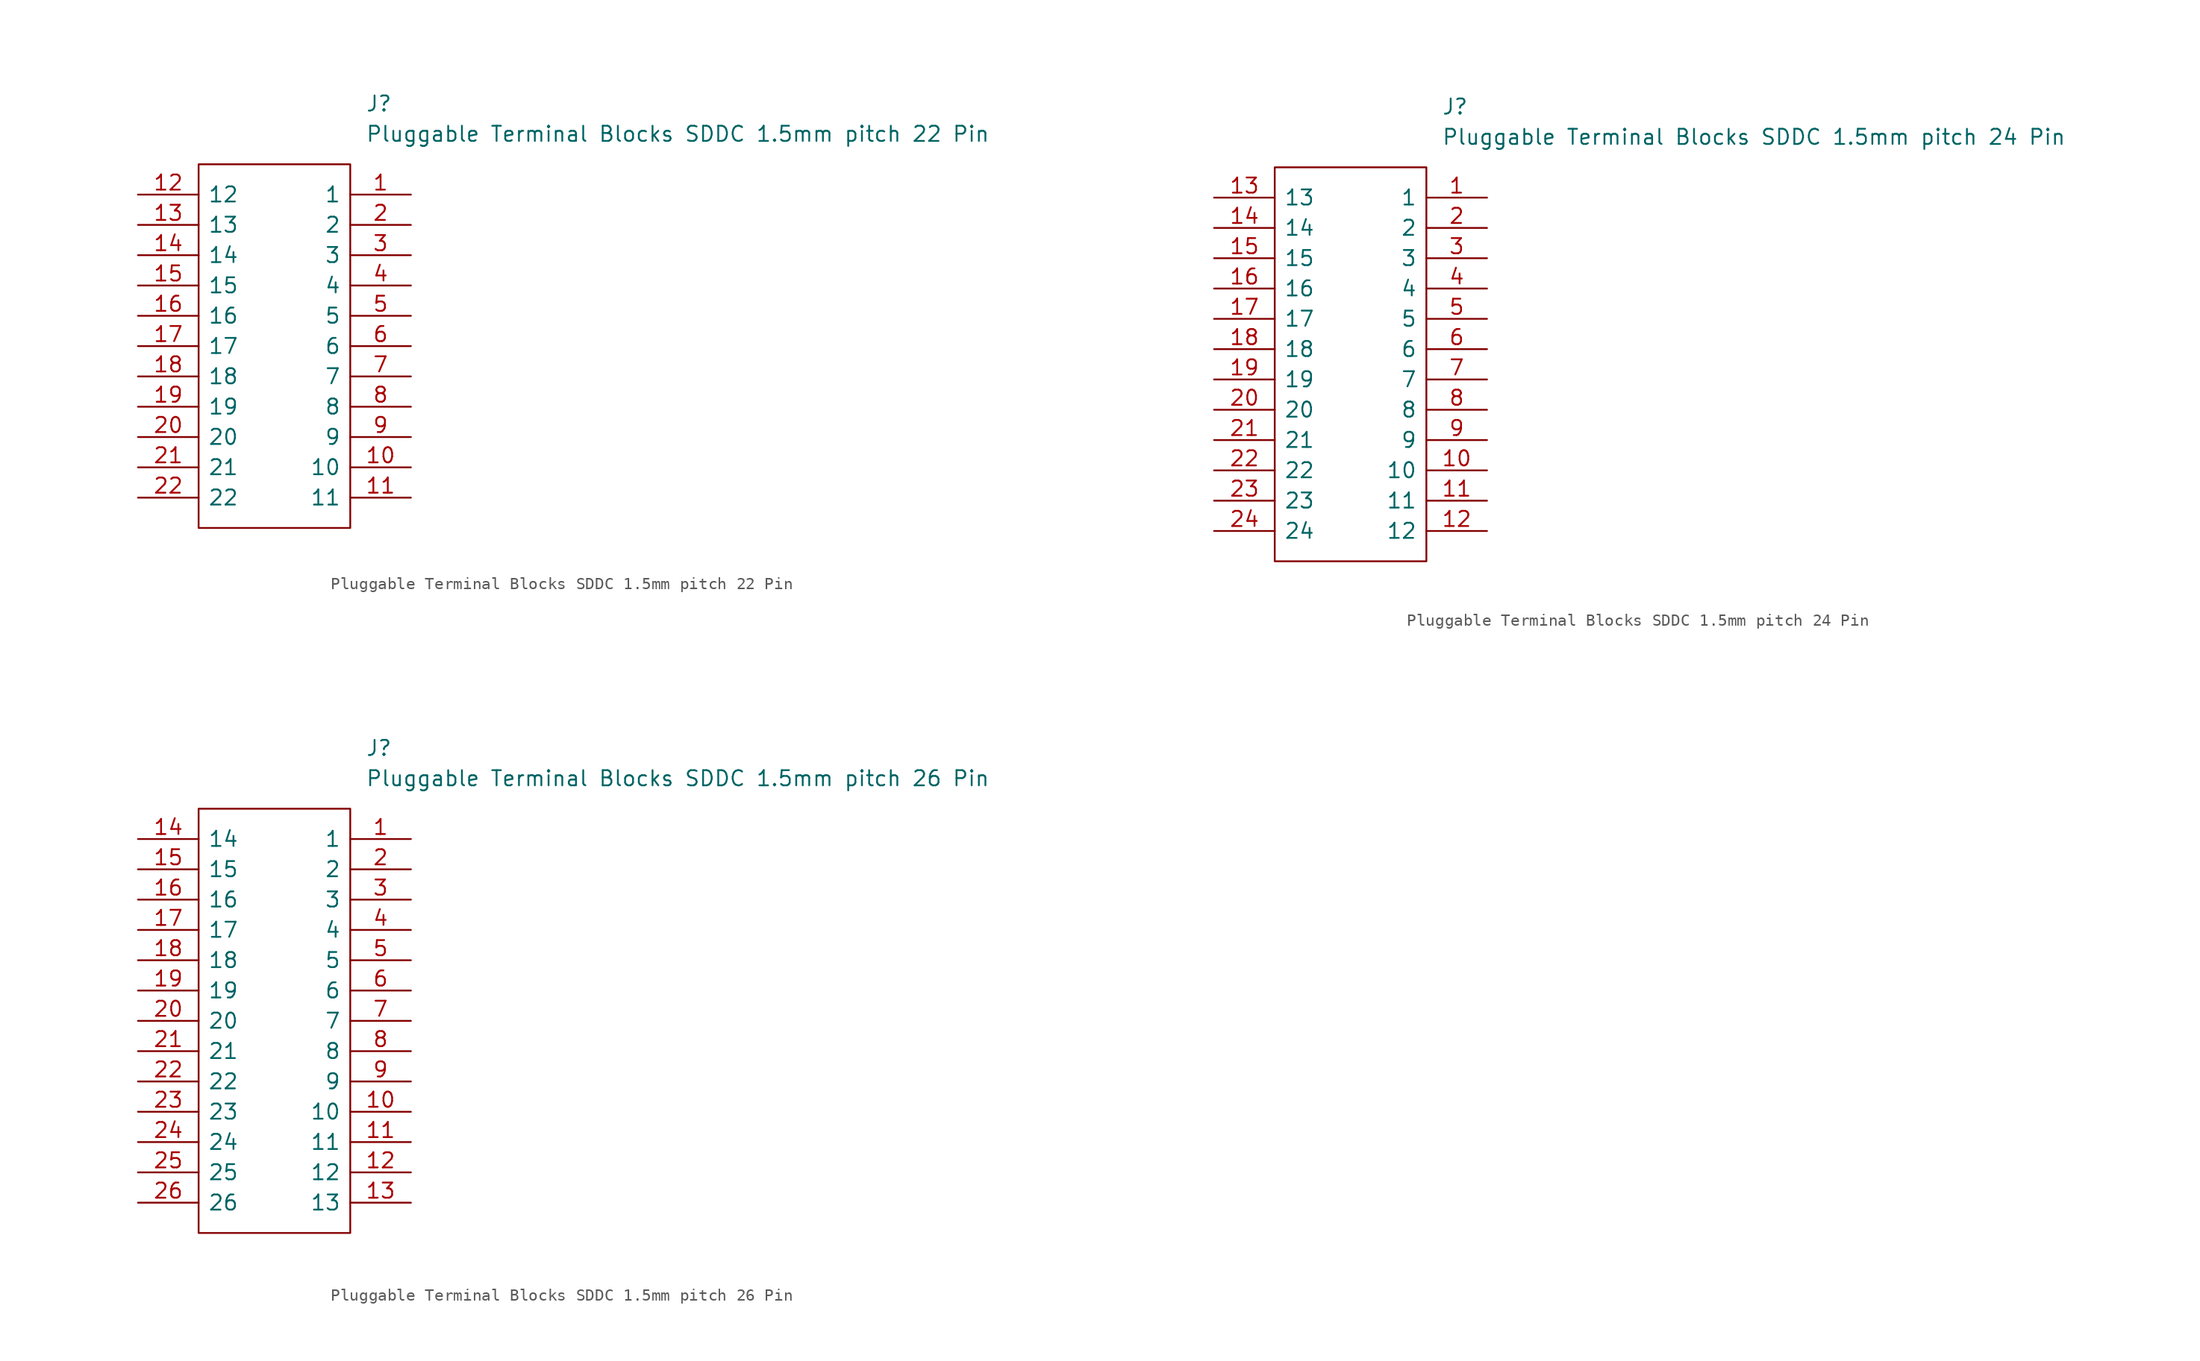
<source format=kicad_sym>
(kicad_symbol_lib
  (version 20211014)
  (generator kicad_symbol_editor)
  (symbol "Pluggable Terminal Blocks SDDC 1.5mm pitch 22 Pin"
    (pin_names
      (offset 0.762))
    (property "Reference" "J"
      (at 19.05 7.62 0)
      (effects (font (size 1.27 1.27)) (justify left)))
    (property "Value" "Pluggable Terminal Blocks SDDC 1.5mm pitch 22 Pin"
      (at 19.05 5.08 0)
      (effects (font (size 1.27 1.27)) (justify left)))
    (symbol "Pluggable Terminal Blocks SDDC 1.5mm pitch 22 Pin_0_0"
      (pin passive line (at 22.86 0 180) (length 5.08) (name "1" (effects (font (size 1.27 1.27)))) (number "1" (effects (font (size 1.27 1.27)))))
      (pin passive line (at 22.86 -22.86 180) (length 5.08) (name "10" (effects (font (size 1.27 1.27)))) (number "10" (effects (font (size 1.27 1.27)))))
      (pin passive line (at 22.86 -25.4 180) (length 5.08) (name "11" (effects (font (size 1.27 1.27)))) (number "11" (effects (font (size 1.27 1.27)))))
      (pin passive line (at 0 0 0) (length 5.08) (name "12" (effects (font (size 1.27 1.27)))) (number "12" (effects (font (size 1.27 1.27)))))
      (pin passive line (at 0 -2.54 0) (length 5.08) (name "13" (effects (font (size 1.27 1.27)))) (number "13" (effects (font (size 1.27 1.27)))))
      (pin passive line (at 0 -5.08 0) (length 5.08) (name "14" (effects (font (size 1.27 1.27)))) (number "14" (effects (font (size 1.27 1.27)))))
      (pin passive line (at 0 -7.62 0) (length 5.08) (name "15" (effects (font (size 1.27 1.27)))) (number "15" (effects (font (size 1.27 1.27)))))
      (pin passive line (at 0 -10.16 0) (length 5.08) (name "16" (effects (font (size 1.27 1.27)))) (number "16" (effects (font (size 1.27 1.27)))))
      (pin passive line (at 0 -12.7 0) (length 5.08) (name "17" (effects (font (size 1.27 1.27)))) (number "17" (effects (font (size 1.27 1.27)))))
      (pin passive line (at 0 -15.24 0) (length 5.08) (name "18" (effects (font (size 1.27 1.27)))) (number "18" (effects (font (size 1.27 1.27)))))
      (pin passive line (at 0 -17.78 0) (length 5.08) (name "19" (effects (font (size 1.27 1.27)))) (number "19" (effects (font (size 1.27 1.27)))))
      (pin passive line (at 22.86 -2.54 180) (length 5.08) (name "2" (effects (font (size 1.27 1.27)))) (number "2" (effects (font (size 1.27 1.27)))))
      (pin passive line (at 0 -20.32 0) (length 5.08) (name "20" (effects (font (size 1.27 1.27)))) (number "20" (effects (font (size 1.27 1.27)))))
      (pin passive line (at 0 -22.86 0) (length 5.08) (name "21" (effects (font (size 1.27 1.27)))) (number "21" (effects (font (size 1.27 1.27)))))
      (pin passive line (at 0 -25.4 0) (length 5.08) (name "22" (effects (font (size 1.27 1.27)))) (number "22" (effects (font (size 1.27 1.27)))))
      (pin passive line (at 22.86 -5.08 180) (length 5.08) (name "3" (effects (font (size 1.27 1.27)))) (number "3" (effects (font (size 1.27 1.27)))))
      (pin passive line (at 22.86 -7.62 180) (length 5.08) (name "4" (effects (font (size 1.27 1.27)))) (number "4" (effects (font (size 1.27 1.27)))))
      (pin passive line (at 22.86 -10.16 180) (length 5.08) (name "5" (effects (font (size 1.27 1.27)))) (number "5" (effects (font (size 1.27 1.27)))))
      (pin passive line (at 22.86 -12.7 180) (length 5.08) (name "6" (effects (font (size 1.27 1.27)))) (number "6" (effects (font (size 1.27 1.27)))))
      (pin passive line (at 22.86 -15.24 180) (length 5.08) (name "7" (effects (font (size 1.27 1.27)))) (number "7" (effects (font (size 1.27 1.27)))))
      (pin passive line (at 22.86 -17.78 180) (length 5.08) (name "8" (effects (font (size 1.27 1.27)))) (number "8" (effects (font (size 1.27 1.27)))))
      (pin passive line (at 22.86 -20.32 180) (length 5.08) (name "9" (effects (font (size 1.27 1.27)))) (number "9" (effects (font (size 1.27 1.27))))))
    (symbol "Pluggable Terminal Blocks SDDC 1.5mm pitch 22 Pin_0_1"
      (polyline (pts (xy 5.08 2.54) (xy 17.78 2.54) (xy 17.78 -27.94) (xy 5.08 -27.94) (xy 5.08 2.54)) (stroke (width 0.152) (type default) (color 0 0 0 0)) (fill (type none)))))
  (symbol "Pluggable Terminal Blocks SDDC 1.5mm pitch 24 Pin"
    (pin_names
      (offset 0.762))
    (property "Reference" "J"
      (at 19.05 7.62 0)
      (effects (font (size 1.27 1.27)) (justify left)))
    (property "Value" "Pluggable Terminal Blocks SDDC 1.5mm pitch 24 Pin"
      (at 19.05 5.08 0)
      (effects (font (size 1.27 1.27)) (justify left)))
    (symbol "Pluggable Terminal Blocks SDDC 1.5mm pitch 24 Pin_0_0"
      (pin passive line (at 22.86 0 180) (length 5.08) (name "1" (effects (font (size 1.27 1.27)))) (number "1" (effects (font (size 1.27 1.27)))))
      (pin passive line (at 22.86 -22.86 180) (length 5.08) (name "10" (effects (font (size 1.27 1.27)))) (number "10" (effects (font (size 1.27 1.27)))))
      (pin passive line (at 22.86 -25.4 180) (length 5.08) (name "11" (effects (font (size 1.27 1.27)))) (number "11" (effects (font (size 1.27 1.27)))))
      (pin passive line (at 22.86 -27.94 180) (length 5.08) (name "12" (effects (font (size 1.27 1.27)))) (number "12" (effects (font (size 1.27 1.27)))))
      (pin passive line (at 0 0 0) (length 5.08) (name "13" (effects (font (size 1.27 1.27)))) (number "13" (effects (font (size 1.27 1.27)))))
      (pin passive line (at 0 -2.54 0) (length 5.08) (name "14" (effects (font (size 1.27 1.27)))) (number "14" (effects (font (size 1.27 1.27)))))
      (pin passive line (at 0 -5.08 0) (length 5.08) (name "15" (effects (font (size 1.27 1.27)))) (number "15" (effects (font (size 1.27 1.27)))))
      (pin passive line (at 0 -7.62 0) (length 5.08) (name "16" (effects (font (size 1.27 1.27)))) (number "16" (effects (font (size 1.27 1.27)))))
      (pin passive line (at 0 -10.16 0) (length 5.08) (name "17" (effects (font (size 1.27 1.27)))) (number "17" (effects (font (size 1.27 1.27)))))
      (pin passive line (at 0 -12.7 0) (length 5.08) (name "18" (effects (font (size 1.27 1.27)))) (number "18" (effects (font (size 1.27 1.27)))))
      (pin passive line (at 0 -15.24 0) (length 5.08) (name "19" (effects (font (size 1.27 1.27)))) (number "19" (effects (font (size 1.27 1.27)))))
      (pin passive line (at 22.86 -2.54 180) (length 5.08) (name "2" (effects (font (size 1.27 1.27)))) (number "2" (effects (font (size 1.27 1.27)))))
      (pin passive line (at 0 -17.78 0) (length 5.08) (name "20" (effects (font (size 1.27 1.27)))) (number "20" (effects (font (size 1.27 1.27)))))
      (pin passive line (at 0 -20.32 0) (length 5.08) (name "21" (effects (font (size 1.27 1.27)))) (number "21" (effects (font (size 1.27 1.27)))))
      (pin passive line (at 0 -22.86 0) (length 5.08) (name "22" (effects (font (size 1.27 1.27)))) (number "22" (effects (font (size 1.27 1.27)))))
      (pin passive line (at 0 -25.4 0) (length 5.08) (name "23" (effects (font (size 1.27 1.27)))) (number "23" (effects (font (size 1.27 1.27)))))
      (pin passive line (at 0 -27.94 0) (length 5.08) (name "24" (effects (font (size 1.27 1.27)))) (number "24" (effects (font (size 1.27 1.27)))))
      (pin passive line (at 22.86 -5.08 180) (length 5.08) (name "3" (effects (font (size 1.27 1.27)))) (number "3" (effects (font (size 1.27 1.27)))))
      (pin passive line (at 22.86 -7.62 180) (length 5.08) (name "4" (effects (font (size 1.27 1.27)))) (number "4" (effects (font (size 1.27 1.27)))))
      (pin passive line (at 22.86 -10.16 180) (length 5.08) (name "5" (effects (font (size 1.27 1.27)))) (number "5" (effects (font (size 1.27 1.27)))))
      (pin passive line (at 22.86 -12.7 180) (length 5.08) (name "6" (effects (font (size 1.27 1.27)))) (number "6" (effects (font (size 1.27 1.27)))))
      (pin passive line (at 22.86 -15.24 180) (length 5.08) (name "7" (effects (font (size 1.27 1.27)))) (number "7" (effects (font (size 1.27 1.27)))))
      (pin passive line (at 22.86 -17.78 180) (length 5.08) (name "8" (effects (font (size 1.27 1.27)))) (number "8" (effects (font (size 1.27 1.27)))))
      (pin passive line (at 22.86 -20.32 180) (length 5.08) (name "9" (effects (font (size 1.27 1.27)))) (number "9" (effects (font (size 1.27 1.27))))))
    (symbol "Pluggable Terminal Blocks SDDC 1.5mm pitch 24 Pin_0_1"
      (polyline (pts (xy 5.08 2.54) (xy 17.78 2.54) (xy 17.78 -30.48) (xy 5.08 -30.48) (xy 5.08 2.54)) (stroke (width 0.152) (type default) (color 0 0 0 0)) (fill (type none)))))
  (symbol "Pluggable Terminal Blocks SDDC 1.5mm pitch 26 Pin"
    (pin_names
      (offset 0.762))
    (property "Reference" "J"
      (at 19.05 7.62 0)
      (effects (font (size 1.27 1.27)) (justify left)))
    (property "Value" "Pluggable Terminal Blocks SDDC 1.5mm pitch 26 Pin"
      (at 19.05 5.08 0)
      (effects (font (size 1.27 1.27)) (justify left)))
    (symbol "Pluggable Terminal Blocks SDDC 1.5mm pitch 26 Pin_0_0"
      (pin passive line (at 22.86 0 180) (length 5.08) (name "1" (effects (font (size 1.27 1.27)))) (number "1" (effects (font (size 1.27 1.27)))))
      (pin passive line (at 22.86 -22.86 180) (length 5.08) (name "10" (effects (font (size 1.27 1.27)))) (number "10" (effects (font (size 1.27 1.27)))))
      (pin passive line (at 22.86 -25.4 180) (length 5.08) (name "11" (effects (font (size 1.27 1.27)))) (number "11" (effects (font (size 1.27 1.27)))))
      (pin passive line (at 22.86 -27.94 180) (length 5.08) (name "12" (effects (font (size 1.27 1.27)))) (number "12" (effects (font (size 1.27 1.27)))))
      (pin passive line (at 22.86 -30.48 180) (length 5.08) (name "13" (effects (font (size 1.27 1.27)))) (number "13" (effects (font (size 1.27 1.27)))))
      (pin passive line (at 0 0 0) (length 5.08) (name "14" (effects (font (size 1.27 1.27)))) (number "14" (effects (font (size 1.27 1.27)))))
      (pin passive line (at 0 -2.54 0) (length 5.08) (name "15" (effects (font (size 1.27 1.27)))) (number "15" (effects (font (size 1.27 1.27)))))
      (pin passive line (at 0 -5.08 0) (length 5.08) (name "16" (effects (font (size 1.27 1.27)))) (number "16" (effects (font (size 1.27 1.27)))))
      (pin passive line (at 0 -7.62 0) (length 5.08) (name "17" (effects (font (size 1.27 1.27)))) (number "17" (effects (font (size 1.27 1.27)))))
      (pin passive line (at 0 -10.16 0) (length 5.08) (name "18" (effects (font (size 1.27 1.27)))) (number "18" (effects (font (size 1.27 1.27)))))
      (pin passive line (at 0 -12.7 0) (length 5.08) (name "19" (effects (font (size 1.27 1.27)))) (number "19" (effects (font (size 1.27 1.27)))))
      (pin passive line (at 22.86 -2.54 180) (length 5.08) (name "2" (effects (font (size 1.27 1.27)))) (number "2" (effects (font (size 1.27 1.27)))))
      (pin passive line (at 0 -15.24 0) (length 5.08) (name "20" (effects (font (size 1.27 1.27)))) (number "20" (effects (font (size 1.27 1.27)))))
      (pin passive line (at 0 -17.78 0) (length 5.08) (name "21" (effects (font (size 1.27 1.27)))) (number "21" (effects (font (size 1.27 1.27)))))
      (pin passive line (at 0 -20.32 0) (length 5.08) (name "22" (effects (font (size 1.27 1.27)))) (number "22" (effects (font (size 1.27 1.27)))))
      (pin passive line (at 0 -22.86 0) (length 5.08) (name "23" (effects (font (size 1.27 1.27)))) (number "23" (effects (font (size 1.27 1.27)))))
      (pin passive line (at 0 -25.4 0) (length 5.08) (name "24" (effects (font (size 1.27 1.27)))) (number "24" (effects (font (size 1.27 1.27)))))
      (pin passive line (at 0 -27.94 0) (length 5.08) (name "25" (effects (font (size 1.27 1.27)))) (number "25" (effects (font (size 1.27 1.27)))))
      (pin passive line (at 0 -30.48 0) (length 5.08) (name "26" (effects (font (size 1.27 1.27)))) (number "26" (effects (font (size 1.27 1.27)))))
      (pin passive line (at 22.86 -5.08 180) (length 5.08) (name "3" (effects (font (size 1.27 1.27)))) (number "3" (effects (font (size 1.27 1.27)))))
      (pin passive line (at 22.86 -7.62 180) (length 5.08) (name "4" (effects (font (size 1.27 1.27)))) (number "4" (effects (font (size 1.27 1.27)))))
      (pin passive line (at 22.86 -10.16 180) (length 5.08) (name "5" (effects (font (size 1.27 1.27)))) (number "5" (effects (font (size 1.27 1.27)))))
      (pin passive line (at 22.86 -12.7 180) (length 5.08) (name "6" (effects (font (size 1.27 1.27)))) (number "6" (effects (font (size 1.27 1.27)))))
      (pin passive line (at 22.86 -15.24 180) (length 5.08) (name "7" (effects (font (size 1.27 1.27)))) (number "7" (effects (font (size 1.27 1.27)))))
      (pin passive line (at 22.86 -17.78 180) (length 5.08) (name "8" (effects (font (size 1.27 1.27)))) (number "8" (effects (font (size 1.27 1.27)))))
      (pin passive line (at 22.86 -20.32 180) (length 5.08) (name "9" (effects (font (size 1.27 1.27)))) (number "9" (effects (font (size 1.27 1.27))))))
    (symbol "Pluggable Terminal Blocks SDDC 1.5mm pitch 26 Pin_0_1"
      (polyline (pts (xy 5.08 2.54) (xy 17.78 2.54) (xy 17.78 -33.02) (xy 5.08 -33.02) (xy 5.08 2.54)) (stroke (width 0.152) (type default) (color 0 0 0 0)) (fill (type none))))))
</source>
